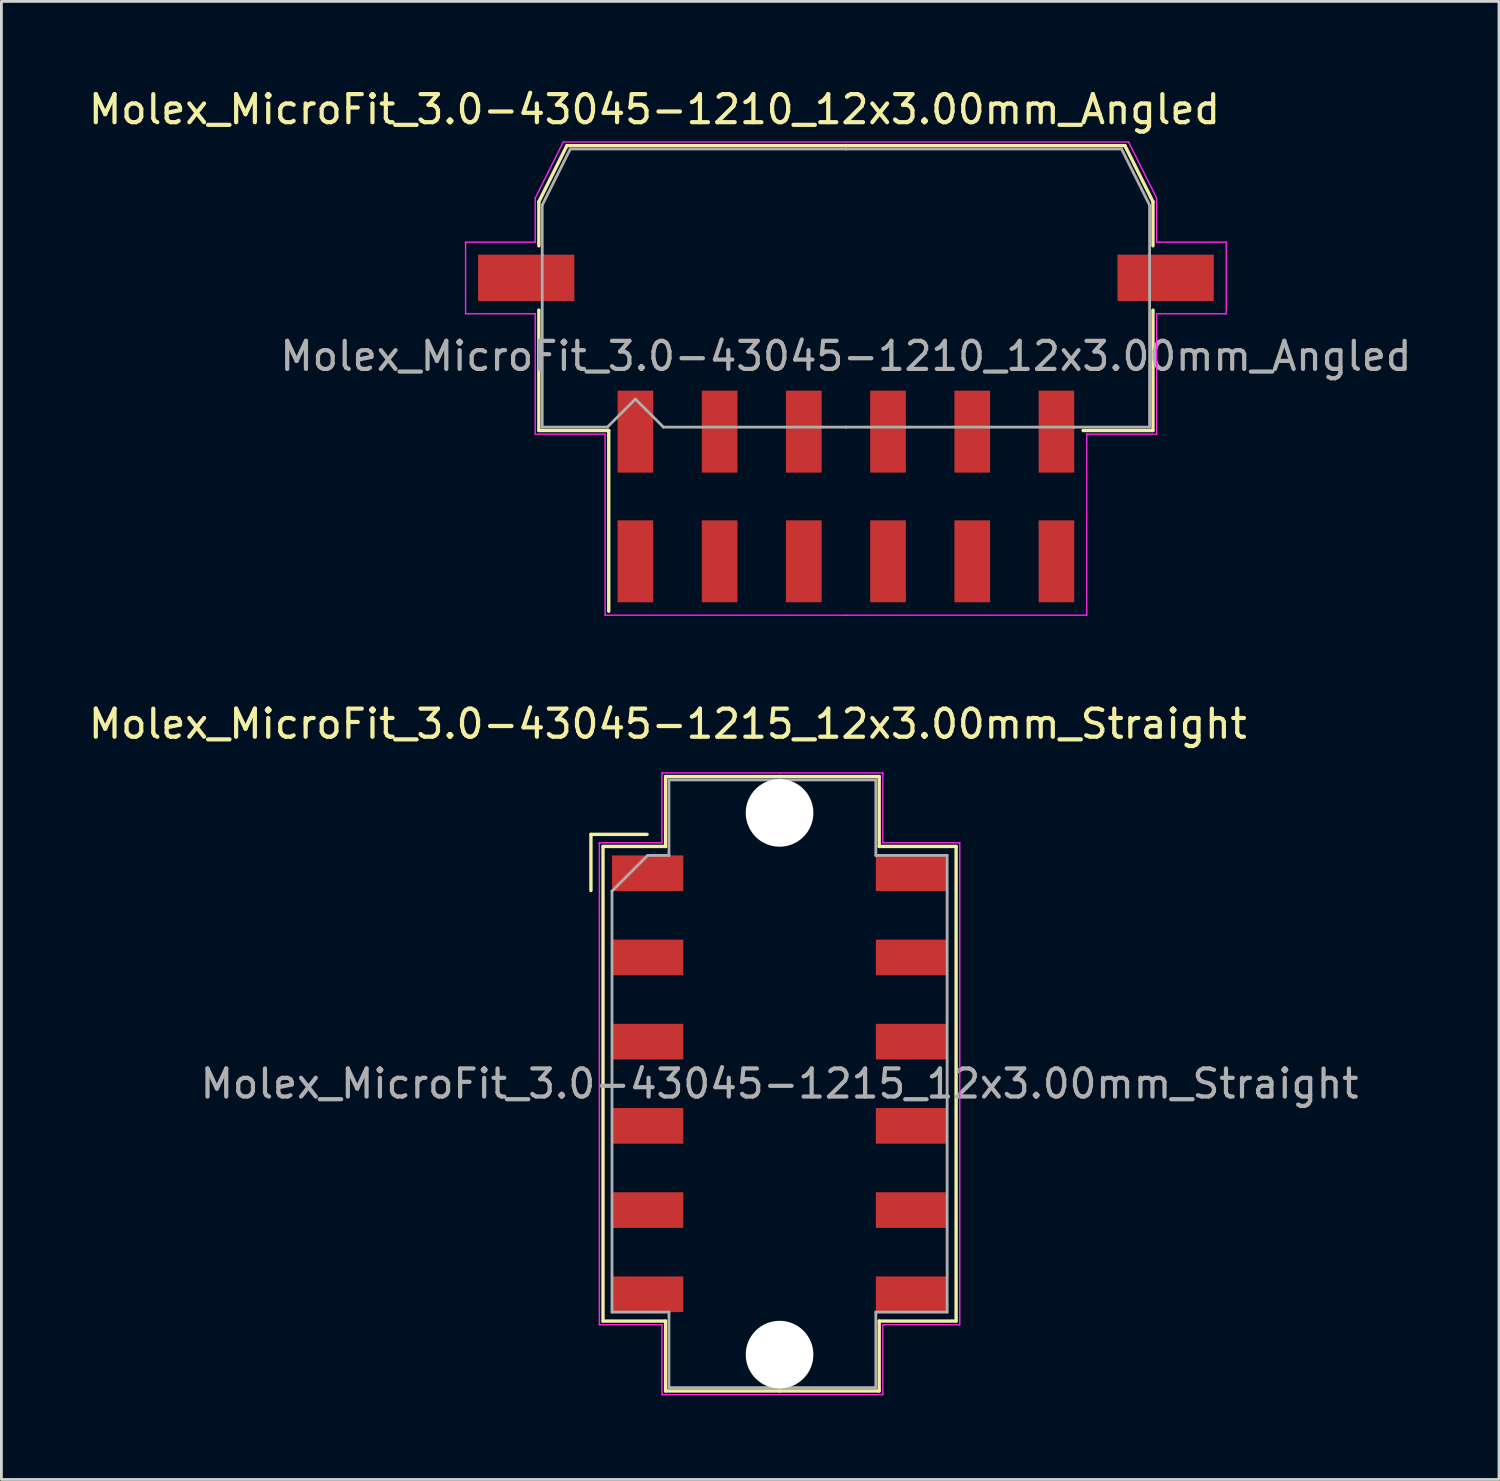
<source format=kicad_pcb>
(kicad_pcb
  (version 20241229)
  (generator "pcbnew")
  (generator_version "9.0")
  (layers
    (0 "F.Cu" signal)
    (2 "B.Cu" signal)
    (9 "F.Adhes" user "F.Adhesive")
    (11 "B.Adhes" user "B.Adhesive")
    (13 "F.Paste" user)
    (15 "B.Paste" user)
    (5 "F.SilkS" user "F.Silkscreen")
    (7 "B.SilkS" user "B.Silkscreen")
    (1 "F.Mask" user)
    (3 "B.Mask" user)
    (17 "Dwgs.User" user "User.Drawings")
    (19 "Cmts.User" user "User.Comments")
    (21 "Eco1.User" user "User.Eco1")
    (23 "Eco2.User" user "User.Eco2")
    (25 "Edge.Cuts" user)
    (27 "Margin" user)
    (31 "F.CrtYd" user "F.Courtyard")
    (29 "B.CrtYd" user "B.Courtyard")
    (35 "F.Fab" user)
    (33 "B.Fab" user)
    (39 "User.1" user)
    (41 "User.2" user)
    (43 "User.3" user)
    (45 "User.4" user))
  (footprint "Molex_MicroFit_3.0-43045-1215_12x3.00mm_Straight"
    (layer "F.Cu")
    (at 24.724 35.562)
    (property "Reference" "Molex_MicroFit_3.0-43045-1215_12x3.00mm_Straight" (at -3.98 -12.82 0) (layer "F.SilkS") (effects (font (size 1 1) (thickness 0.15))))
    (attr smd)
    (fp_line (start -6.72 -8.885) (end -6.72 -6.885) (stroke (width 0.12) (type solid)) (layer "F.SilkS"))
    (fp_line (start -6.29 -8.455) (end -4.06 -8.455) (stroke (width 0.12) (type solid)) (layer "F.SilkS"))
    (fp_line (start -6.29 8.455) (end -6.29 -8.455) (stroke (width 0.12) (type solid)) (layer "F.SilkS"))
    (fp_line (start -4.72 -8.885) (end -6.72 -8.885) (stroke (width 0.12) (type solid)) (layer "F.SilkS"))
    (fp_line (start -4.06 -10.945) (end 0 -10.945) (stroke (width 0.12) (type solid)) (layer "F.SilkS"))
    (fp_line (start -4.06 -8.455) (end -4.06 -10.945) (stroke (width 0.12) (type solid)) (layer "F.SilkS"))
    (fp_line (start -4.06 8.455) (end -6.29 8.455) (stroke (width 0.12) (type solid)) (layer "F.SilkS"))
    (fp_line (start -4.06 10.945) (end -4.06 8.455) (stroke (width 0.12) (type solid)) (layer "F.SilkS"))
    (fp_line (start 0 -10.945) (end 3.55 -10.945) (stroke (width 0.12) (type solid)) (layer "F.SilkS"))
    (fp_line (start 0 10.945) (end -4.06 10.945) (stroke (width 0.12) (type solid)) (layer "F.SilkS"))
    (fp_line (start 3.55 -10.945) (end 3.55 -8.455) (stroke (width 0.12) (type solid)) (layer "F.SilkS"))
    (fp_line (start 3.55 -8.455) (end 6.29 -8.455) (stroke (width 0.12) (type solid)) (layer "F.SilkS"))
    (fp_line (start 3.55 8.455) (end 3.55 10.945) (stroke (width 0.12) (type solid)) (layer "F.SilkS"))
    (fp_line (start 3.55 10.945) (end 0 10.945) (stroke (width 0.12) (type solid)) (layer "F.SilkS"))
    (fp_line (start 6.29 -8.455) (end 6.29 8.455) (stroke (width 0.12) (type solid)) (layer "F.SilkS"))
    (fp_line (start 6.29 8.455) (end 3.55 8.455) (stroke (width 0.12) (type solid)) (layer "F.SilkS"))
    (fp_line (start -6.42 -8.585) (end -4.19 -8.585) (stroke (width 0.05) (type solid)) (layer "F.CrtYd"))
    (fp_line (start -6.42 8.585) (end -6.42 -8.585) (stroke (width 0.05) (type solid)) (layer "F.CrtYd"))
    (fp_line (start -4.19 -11.075) (end 0 -11.075) (stroke (width 0.05) (type solid)) (layer "F.CrtYd"))
    (fp_line (start -4.19 -8.585) (end -4.19 -11.075) (stroke (width 0.05) (type solid)) (layer "F.CrtYd"))
    (fp_line (start -4.19 8.585) (end -6.42 8.585) (stroke (width 0.05) (type solid)) (layer "F.CrtYd"))
    (fp_line (start -4.19 11.075) (end -4.19 8.585) (stroke (width 0.05) (type solid)) (layer "F.CrtYd"))
    (fp_line (start 0 -11.075) (end 3.68 -11.075) (stroke (width 0.05) (type solid)) (layer "F.CrtYd"))
    (fp_line (start 0 11.075) (end -4.19 11.075) (stroke (width 0.05) (type solid)) (layer "F.CrtYd"))
    (fp_line (start 3.68 -11.075) (end 3.68 -8.585) (stroke (width 0.05) (type solid)) (layer "F.CrtYd"))
    (fp_line (start 3.68 -8.585) (end 6.42 -8.585) (stroke (width 0.05) (type solid)) (layer "F.CrtYd"))
    (fp_line (start 3.68 8.585) (end 3.68 11.075) (stroke (width 0.05) (type solid)) (layer "F.CrtYd"))
    (fp_line (start 3.68 11.075) (end 0 11.075) (stroke (width 0.05) (type solid)) (layer "F.CrtYd"))
    (fp_line (start 6.42 -8.585) (end 6.42 8.585) (stroke (width 0.05) (type solid)) (layer "F.CrtYd"))
    (fp_line (start 6.42 8.585) (end 3.68 8.585) (stroke (width 0.05) (type solid)) (layer "F.CrtYd"))
    (fp_line (start -5.97 -6.865) (end -4.7 -8.135) (stroke (width 0.1) (type solid)) (layer "F.Fab"))
    (fp_line (start -5.97 8.135) (end -5.97 -6.865) (stroke (width 0.1) (type solid)) (layer "F.Fab"))
    (fp_line (start -4.7 -8.135) (end -3.94 -8.135) (stroke (width 0.1) (type solid)) (layer "F.Fab"))
    (fp_line (start -3.94 -10.825) (end 0 -10.825) (stroke (width 0.1) (type solid)) (layer "F.Fab"))
    (fp_line (start -3.94 -8.135) (end -3.94 -10.825) (stroke (width 0.1) (type solid)) (layer "F.Fab"))
    (fp_line (start -3.94 8.135) (end -5.97 8.135) (stroke (width 0.1) (type solid)) (layer "F.Fab"))
    (fp_line (start -3.94 10.825) (end -3.94 8.135) (stroke (width 0.1) (type solid)) (layer "F.Fab"))
    (fp_line (start 0 -10.825) (end 3.43 -10.825) (stroke (width 0.1) (type solid)) (layer "F.Fab"))
    (fp_line (start 0 10.825) (end -3.94 10.825) (stroke (width 0.1) (type solid)) (layer "F.Fab"))
    (fp_line (start 3.43 -10.825) (end 3.43 -8.135) (stroke (width 0.1) (type solid)) (layer "F.Fab"))
    (fp_line (start 3.43 -8.135) (end 5.97 -8.135) (stroke (width 0.1) (type solid)) (layer "F.Fab"))
    (fp_line (start 3.43 8.135) (end 3.43 10.825) (stroke (width 0.1) (type solid)) (layer "F.Fab"))
    (fp_line (start 3.43 10.825) (end 0 10.825) (stroke (width 0.1) (type solid)) (layer "F.Fab"))
    (fp_line (start 5.97 -8.135) (end 5.97 8.135) (stroke (width 0.1) (type solid)) (layer "F.Fab"))
    (fp_line (start 5.97 8.135) (end 3.43 8.135) (stroke (width 0.1) (type solid)) (layer "F.Fab"))
    (fp_text user "${REFERENCE}" (at 0 0 0) (layer "F.Fab") (effects (font (size 1 1) (thickness 0.15))))
    (pad "" np_thru_hole circle (at 0 -9.65) (size 2.41 2.41) (drill 2.41) (layers "*.Cu"))
    (pad "" np_thru_hole circle (at 0 9.65) (size 2.41 2.41) (drill 2.41) (layers "*.Cu"))
    (pad "1" smd rect (at -4.7 -7.5) (size 2.54 1.27) (layers "F.Cu" "F.Mask" "F.Paste"))
    (pad "2" smd rect (at -4.7 -4.5) (size 2.54 1.27) (layers "F.Cu" "F.Mask" "F.Paste"))
    (pad "3" smd rect (at -4.7 -1.5) (size 2.54 1.27) (layers "F.Cu" "F.Mask" "F.Paste"))
    (pad "4" smd rect (at -4.7 1.5) (size 2.54 1.27) (layers "F.Cu" "F.Mask" "F.Paste"))
    (pad "5" smd rect (at -4.7 4.5) (size 2.54 1.27) (layers "F.Cu" "F.Mask" "F.Paste"))
    (pad "6" smd rect (at -4.7 7.5) (size 2.54 1.27) (layers "F.Cu" "F.Mask" "F.Paste"))
    (pad "7" smd rect (at 4.7 7.5) (size 2.54 1.27) (layers "F.Cu" "F.Mask" "F.Paste"))
    (pad "8" smd rect (at 4.7 4.5) (size 2.54 1.27) (layers "F.Cu" "F.Mask" "F.Paste"))
    (pad "9" smd rect (at 4.7 1.5) (size 2.54 1.27) (layers "F.Cu" "F.Mask" "F.Paste"))
    (pad "10" smd rect (at 4.7 -1.5) (size 2.54 1.27) (layers "F.Cu" "F.Mask" "F.Paste"))
    (pad "11" smd rect (at 4.7 -4.5) (size 2.54 1.27) (layers "F.Cu" "F.Mask" "F.Paste"))
    (pad "12" smd rect (at 4.7 -7.5) (size 2.54 1.27) (layers "F.Cu" "F.Mask" "F.Paste")))
  (footprint "Molex_MicroFit_3.0-43045-1210_12x3.00mm_Angled"
    (layer "F.Cu")
    (at 27.088 14.638)
    (property "Reference" "Molex_MicroFit_3.0-43045-1210_12x3.00mm_Angled" (at -6.82 -13.79 0) (layer "F.SilkS") (effects (font (size 1 1) (thickness 0.15))))
    (attr smd)
    (fp_line (start -10.94 -10.5) (end -10.94 -8.93) (stroke (width 0.12) (type solid)) (layer "F.SilkS"))
    (fp_line (start -10.94 -6.64) (end -10.94 -2.35) (stroke (width 0.12) (type solid)) (layer "F.SilkS"))
    (fp_line (start -10.94 -2.35) (end -8.45 -2.35) (stroke (width 0.12) (type solid)) (layer "F.SilkS"))
    (fp_line (start -9.94 -12.5) (end -10.94 -10.5) (stroke (width 0.12) (type solid)) (layer "F.SilkS"))
    (fp_line (start -8.45 -2.35) (end -8.45 4.09) (stroke (width 0.12) (type solid)) (layer "F.SilkS"))
    (fp_line (start 0 -12.5) (end -9.94 -12.5) (stroke (width 0.12) (type solid)) (layer "F.SilkS"))
    (fp_line (start 0 -12.5) (end 9.94 -12.5) (stroke (width 0.12) (type solid)) (layer "F.SilkS"))
    (fp_line (start 9.94 -12.5) (end 10.94 -10.5) (stroke (width 0.12) (type solid)) (layer "F.SilkS"))
    (fp_line (start 10.94 -10.5) (end 10.94 -8.93) (stroke (width 0.12) (type solid)) (layer "F.SilkS"))
    (fp_line (start 10.94 -6.64) (end 10.94 -2.35) (stroke (width 0.12) (type solid)) (layer "F.SilkS"))
    (fp_line (start 10.94 -2.35) (end 8.45 -2.35) (stroke (width 0.12) (type solid)) (layer "F.SilkS"))
    (fp_line (start -13.55 -9.06) (end -13.55 -6.51) (stroke (width 0.05) (type solid)) (layer "F.CrtYd"))
    (fp_line (start -13.55 -6.51) (end -11.07 -6.51) (stroke (width 0.05) (type solid)) (layer "F.CrtYd"))
    (fp_line (start -11.07 -10.63) (end -11.07 -9.06) (stroke (width 0.05) (type solid)) (layer "F.CrtYd"))
    (fp_line (start -11.07 -9.06) (end -13.55 -9.06) (stroke (width 0.05) (type solid)) (layer "F.CrtYd"))
    (fp_line (start -11.07 -6.51) (end -11.07 -2.22) (stroke (width 0.05) (type solid)) (layer "F.CrtYd"))
    (fp_line (start -11.07 -2.22) (end -8.58 -2.22) (stroke (width 0.05) (type solid)) (layer "F.CrtYd"))
    (fp_line (start -10.07 -12.63) (end -11.07 -10.63) (stroke (width 0.05) (type solid)) (layer "F.CrtYd"))
    (fp_line (start -8.58 -2.22) (end -8.58 4.23) (stroke (width 0.05) (type solid)) (layer "F.CrtYd"))
    (fp_line (start -8.58 4.23) (end 0 4.23) (stroke (width 0.05) (type solid)) (layer "F.CrtYd"))
    (fp_line (start 0 -12.63) (end -10.07 -12.63) (stroke (width 0.05) (type solid)) (layer "F.CrtYd"))
    (fp_line (start 0 -12.63) (end 10.07 -12.63) (stroke (width 0.05) (type solid)) (layer "F.CrtYd"))
    (fp_line (start 8.58 -2.22) (end 8.58 4.23) (stroke (width 0.05) (type solid)) (layer "F.CrtYd"))
    (fp_line (start 8.58 4.23) (end 0 4.23) (stroke (width 0.05) (type solid)) (layer "F.CrtYd"))
    (fp_line (start 10.07 -12.63) (end 11.07 -10.63) (stroke (width 0.05) (type solid)) (layer "F.CrtYd"))
    (fp_line (start 11.07 -10.63) (end 11.07 -9.06) (stroke (width 0.05) (type solid)) (layer "F.CrtYd"))
    (fp_line (start 11.07 -9.06) (end 13.55 -9.06) (stroke (width 0.05) (type solid)) (layer "F.CrtYd"))
    (fp_line (start 11.07 -6.51) (end 11.07 -2.22) (stroke (width 0.05) (type solid)) (layer "F.CrtYd"))
    (fp_line (start 11.07 -2.22) (end 8.58 -2.22) (stroke (width 0.05) (type solid)) (layer "F.CrtYd"))
    (fp_line (start 13.55 -9.06) (end 13.55 -6.51) (stroke (width 0.05) (type solid)) (layer "F.CrtYd"))
    (fp_line (start 13.55 -6.51) (end 11.07 -6.51) (stroke (width 0.05) (type solid)) (layer "F.CrtYd"))
    (fp_line (start -10.82 -10.38) (end -10.82 -8.61) (stroke (width 0.1) (type solid)) (layer "F.Fab"))
    (fp_line (start -10.82 -8.61) (end -10.82 -2.47) (stroke (width 0.1) (type solid)) (layer "F.Fab"))
    (fp_line (start -10.82 -2.47) (end -8.5 -2.47) (stroke (width 0.1) (type solid)) (layer "F.Fab"))
    (fp_line (start -9.82 -12.38) (end -10.82 -10.38) (stroke (width 0.1) (type solid)) (layer "F.Fab"))
    (fp_line (start -8.5 -2.47) (end -7.5 -3.47) (stroke (width 0.1) (type solid)) (layer "F.Fab"))
    (fp_line (start -7.5 -3.47) (end -6.5 -2.47) (stroke (width 0.1) (type solid)) (layer "F.Fab"))
    (fp_line (start -6.5 -2.47) (end 0 -2.47) (stroke (width 0.1) (type solid)) (layer "F.Fab"))
    (fp_line (start 0 -12.38) (end -9.82 -12.38) (stroke (width 0.1) (type solid)) (layer "F.Fab"))
    (fp_line (start 0 -12.38) (end 9.82 -12.38) (stroke (width 0.1) (type solid)) (layer "F.Fab"))
    (fp_line (start 8.13 -2.47) (end 0 -2.47) (stroke (width 0.1) (type solid)) (layer "F.Fab"))
    (fp_line (start 9.82 -12.38) (end 10.82 -10.38) (stroke (width 0.1) (type solid)) (layer "F.Fab"))
    (fp_line (start 10.82 -10.38) (end 10.82 -8.61) (stroke (width 0.1) (type solid)) (layer "F.Fab"))
    (fp_line (start 10.82 -8.61) (end 10.82 -2.47) (stroke (width 0.1) (type solid)) (layer "F.Fab"))
    (fp_line (start 10.82 -2.47) (end 8.13 -2.47) (stroke (width 0.1) (type solid)) (layer "F.Fab"))
    (fp_text user "${REFERENCE}" (at 0 -5 0) (layer "F.Fab") (effects (font (size 1 1) (thickness 0.15))))
    (pad "" smd rect (at -11.39 -7.79) (size 3.43 1.65) (layers "F.Cu" "F.Mask" "F.Paste"))
    (pad "" smd rect (at 11.39 -7.79) (size 3.43 1.65) (layers "F.Cu" "F.Mask" "F.Paste"))
    (pad "1" smd rect (at -7.5 -2.31) (size 1.27 2.92) (layers "F.Cu" "F.Mask" "F.Paste"))
    (pad "2" smd rect (at -4.5 -2.31) (size 1.27 2.92) (layers "F.Cu" "F.Mask" "F.Paste"))
    (pad "3" smd rect (at -1.5 -2.31) (size 1.27 2.92) (layers "F.Cu" "F.Mask" "F.Paste"))
    (pad "4" smd rect (at 1.5 -2.31) (size 1.27 2.92) (layers "F.Cu" "F.Mask" "F.Paste"))
    (pad "5" smd rect (at 4.5 -2.31) (size 1.27 2.92) (layers "F.Cu" "F.Mask" "F.Paste"))
    (pad "6" smd rect (at 7.5 -2.31) (size 1.27 2.92) (layers "F.Cu" "F.Mask" "F.Paste"))
    (pad "7" smd rect (at 7.5 2.31) (size 1.27 2.92) (layers "F.Cu" "F.Mask" "F.Paste"))
    (pad "8" smd rect (at 4.5 2.31) (size 1.27 2.92) (layers "F.Cu" "F.Mask" "F.Paste"))
    (pad "9" smd rect (at 1.5 2.31) (size 1.27 2.92) (layers "F.Cu" "F.Mask" "F.Paste"))
    (pad "10" smd rect (at -1.5 2.31) (size 1.27 2.92) (layers "F.Cu" "F.Mask" "F.Paste"))
    (pad "11" smd rect (at -4.5 2.31) (size 1.27 2.92) (layers "F.Cu" "F.Mask" "F.Paste"))
    (pad "12" smd rect (at -7.5 2.31) (size 1.27 2.92) (layers "F.Cu" "F.Mask" "F.Paste")))
  (gr_rect
    (start -3 -3)
    (end 50.356 49.661)
    (stroke (width 0.1) (type default))
    (fill no)
    (layer "Edge.Cuts")))
</source>
